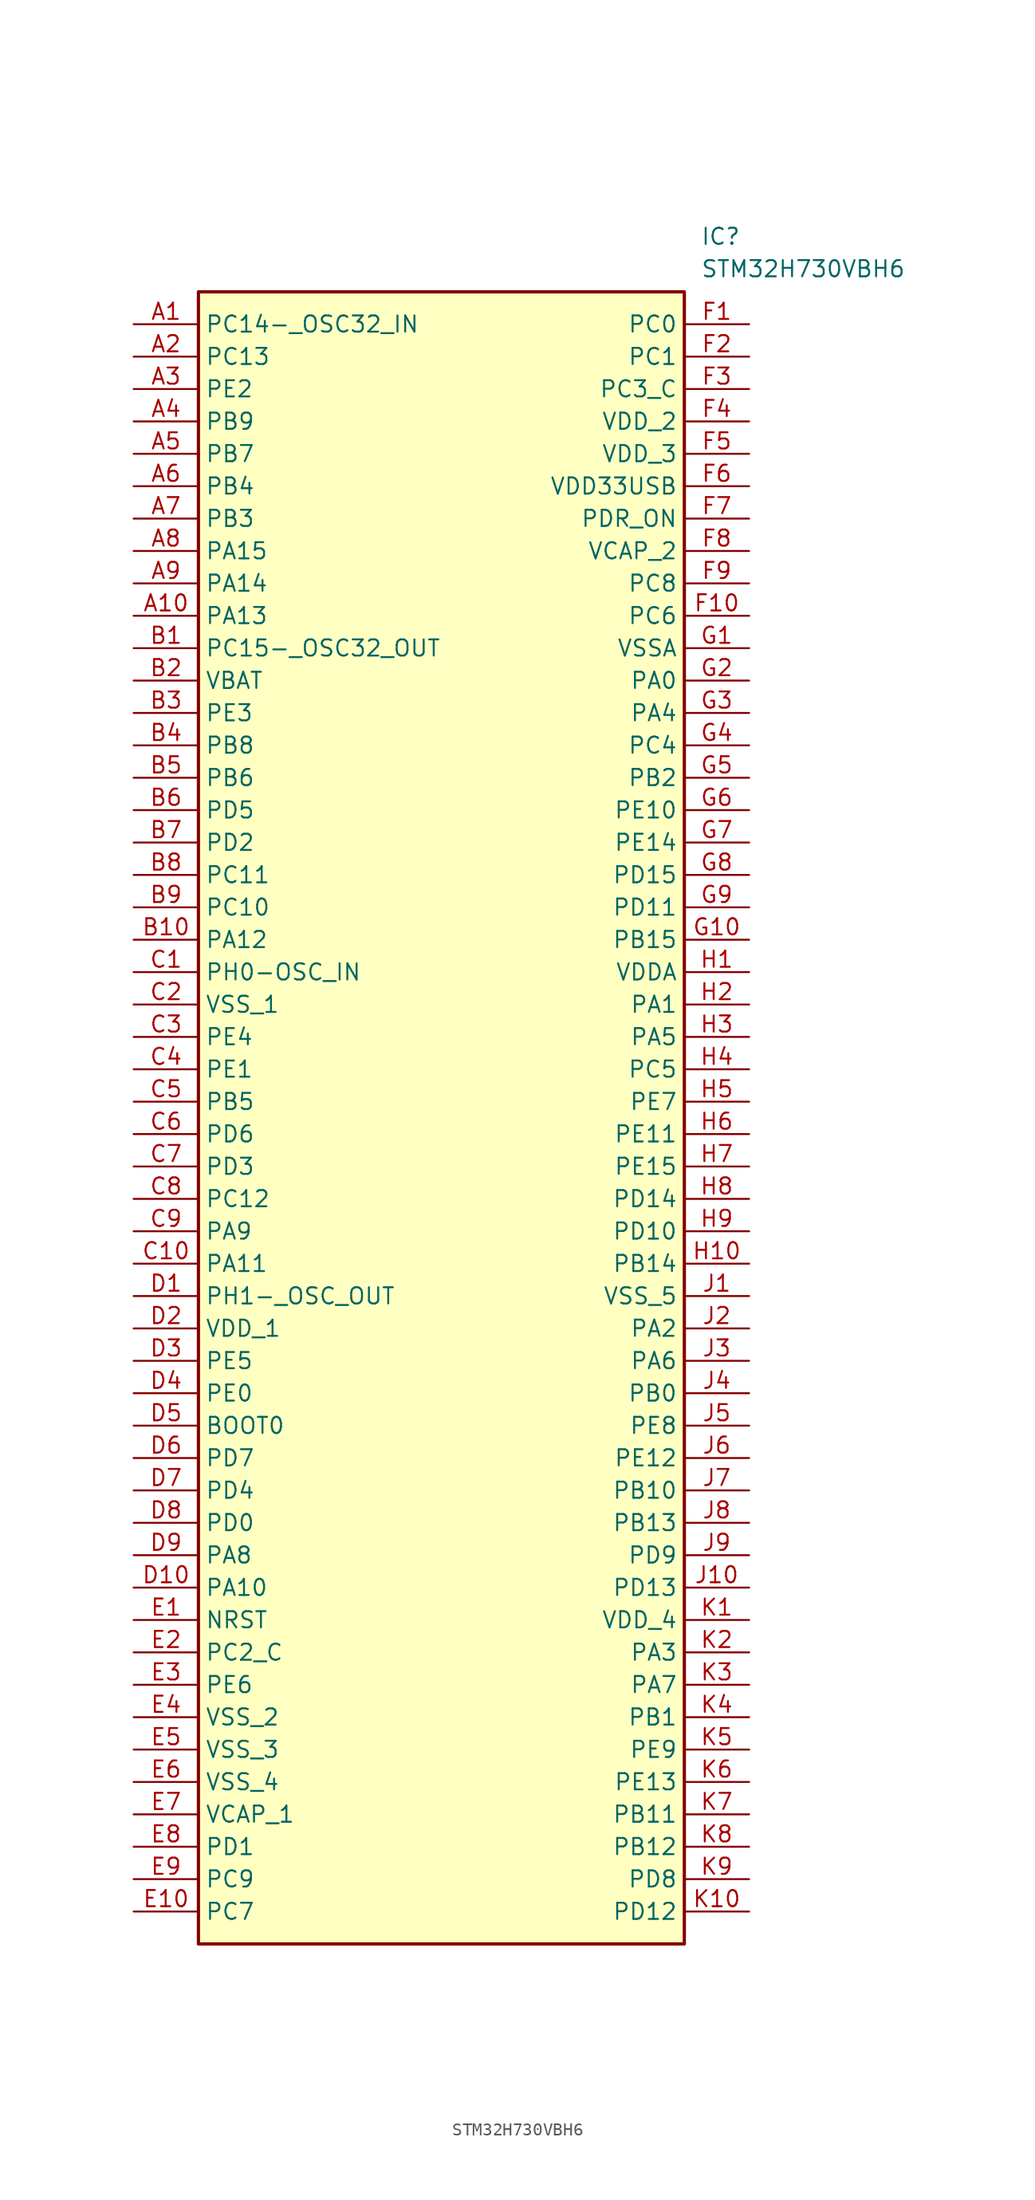
<source format=kicad_sym>
(kicad_symbol_lib
  (version 20211014)
  (generator SamacSys_ECAD_Model)
  (symbol "STM32H730VBH6"
    (property "Reference" "IC"
      (at 44.45 7.62 0)
      (effects (font (size 1.27 1.27)) (justify left top)))
    (property "Value" "STM32H730VBH6"
      (at 44.45 5.08 0)
      (effects (font (size 1.27 1.27)) (justify left top)))
    (rectangle
      (start 5.08 2.54)
      (end 43.18 -127)
      (stroke (width 0.254) (type default))
      (fill (type background)))
    (pin passive line
      (at 0 0 0)
      (length 5.08)
      (name "PC14-_OSC32_IN" (effects (font (size 1.27 1.27))))
      (number "A1" (effects (font (size 1.27 1.27)))))
    (pin passive line
      (at 0 -2.54 0)
      (length 5.08)
      (name "PC13" (effects (font (size 1.27 1.27))))
      (number "A2" (effects (font (size 1.27 1.27)))))
    (pin passive line
      (at 0 -5.08 0)
      (length 5.08)
      (name "PE2" (effects (font (size 1.27 1.27))))
      (number "A3" (effects (font (size 1.27 1.27)))))
    (pin passive line
      (at 0 -7.62 0)
      (length 5.08)
      (name "PB9" (effects (font (size 1.27 1.27))))
      (number "A4" (effects (font (size 1.27 1.27)))))
    (pin passive line
      (at 0 -10.16 0)
      (length 5.08)
      (name "PB7" (effects (font (size 1.27 1.27))))
      (number "A5" (effects (font (size 1.27 1.27)))))
    (pin passive line
      (at 0 -12.7 0)
      (length 5.08)
      (name "PB4" (effects (font (size 1.27 1.27))))
      (number "A6" (effects (font (size 1.27 1.27)))))
    (pin passive line
      (at 0 -15.24 0)
      (length 5.08)
      (name "PB3" (effects (font (size 1.27 1.27))))
      (number "A7" (effects (font (size 1.27 1.27)))))
    (pin passive line
      (at 0 -17.78 0)
      (length 5.08)
      (name "PA15" (effects (font (size 1.27 1.27))))
      (number "A8" (effects (font (size 1.27 1.27)))))
    (pin passive line
      (at 0 -20.32 0)
      (length 5.08)
      (name "PA14" (effects (font (size 1.27 1.27))))
      (number "A9" (effects (font (size 1.27 1.27)))))
    (pin passive line
      (at 0 -22.86 0)
      (length 5.08)
      (name "PA13" (effects (font (size 1.27 1.27))))
      (number "A10" (effects (font (size 1.27 1.27)))))
    (pin passive line
      (at 0 -25.4 0)
      (length 5.08)
      (name "PC15-_OSC32_OUT" (effects (font (size 1.27 1.27))))
      (number "B1" (effects (font (size 1.27 1.27)))))
    (pin passive line
      (at 0 -27.94 0)
      (length 5.08)
      (name "VBAT" (effects (font (size 1.27 1.27))))
      (number "B2" (effects (font (size 1.27 1.27)))))
    (pin passive line
      (at 0 -30.48 0)
      (length 5.08)
      (name "PE3" (effects (font (size 1.27 1.27))))
      (number "B3" (effects (font (size 1.27 1.27)))))
    (pin passive line
      (at 0 -33.02 0)
      (length 5.08)
      (name "PB8" (effects (font (size 1.27 1.27))))
      (number "B4" (effects (font (size 1.27 1.27)))))
    (pin passive line
      (at 0 -35.56 0)
      (length 5.08)
      (name "PB6" (effects (font (size 1.27 1.27))))
      (number "B5" (effects (font (size 1.27 1.27)))))
    (pin passive line
      (at 0 -38.1 0)
      (length 5.08)
      (name "PD5" (effects (font (size 1.27 1.27))))
      (number "B6" (effects (font (size 1.27 1.27)))))
    (pin passive line
      (at 0 -40.64 0)
      (length 5.08)
      (name "PD2" (effects (font (size 1.27 1.27))))
      (number "B7" (effects (font (size 1.27 1.27)))))
    (pin passive line
      (at 0 -43.18 0)
      (length 5.08)
      (name "PC11" (effects (font (size 1.27 1.27))))
      (number "B8" (effects (font (size 1.27 1.27)))))
    (pin passive line
      (at 0 -45.72 0)
      (length 5.08)
      (name "PC10" (effects (font (size 1.27 1.27))))
      (number "B9" (effects (font (size 1.27 1.27)))))
    (pin passive line
      (at 0 -48.26 0)
      (length 5.08)
      (name "PA12" (effects (font (size 1.27 1.27))))
      (number "B10" (effects (font (size 1.27 1.27)))))
    (pin passive line
      (at 0 -50.8 0)
      (length 5.08)
      (name "PH0-OSC_IN" (effects (font (size 1.27 1.27))))
      (number "C1" (effects (font (size 1.27 1.27)))))
    (pin passive line
      (at 0 -53.34 0)
      (length 5.08)
      (name "VSS_1" (effects (font (size 1.27 1.27))))
      (number "C2" (effects (font (size 1.27 1.27)))))
    (pin passive line
      (at 0 -55.88 0)
      (length 5.08)
      (name "PE4" (effects (font (size 1.27 1.27))))
      (number "C3" (effects (font (size 1.27 1.27)))))
    (pin passive line
      (at 0 -58.42 0)
      (length 5.08)
      (name "PE1" (effects (font (size 1.27 1.27))))
      (number "C4" (effects (font (size 1.27 1.27)))))
    (pin passive line
      (at 0 -60.96 0)
      (length 5.08)
      (name "PB5" (effects (font (size 1.27 1.27))))
      (number "C5" (effects (font (size 1.27 1.27)))))
    (pin passive line
      (at 0 -63.5 0)
      (length 5.08)
      (name "PD6" (effects (font (size 1.27 1.27))))
      (number "C6" (effects (font (size 1.27 1.27)))))
    (pin passive line
      (at 0 -66.04 0)
      (length 5.08)
      (name "PD3" (effects (font (size 1.27 1.27))))
      (number "C7" (effects (font (size 1.27 1.27)))))
    (pin passive line
      (at 0 -68.58 0)
      (length 5.08)
      (name "PC12" (effects (font (size 1.27 1.27))))
      (number "C8" (effects (font (size 1.27 1.27)))))
    (pin passive line
      (at 0 -71.12 0)
      (length 5.08)
      (name "PA9" (effects (font (size 1.27 1.27))))
      (number "C9" (effects (font (size 1.27 1.27)))))
    (pin passive line
      (at 0 -73.66 0)
      (length 5.08)
      (name "PA11" (effects (font (size 1.27 1.27))))
      (number "C10" (effects (font (size 1.27 1.27)))))
    (pin passive line
      (at 0 -76.2 0)
      (length 5.08)
      (name "PH1-_OSC_OUT" (effects (font (size 1.27 1.27))))
      (number "D1" (effects (font (size 1.27 1.27)))))
    (pin passive line
      (at 0 -78.74 0)
      (length 5.08)
      (name "VDD_1" (effects (font (size 1.27 1.27))))
      (number "D2" (effects (font (size 1.27 1.27)))))
    (pin passive line
      (at 0 -81.28 0)
      (length 5.08)
      (name "PE5" (effects (font (size 1.27 1.27))))
      (number "D3" (effects (font (size 1.27 1.27)))))
    (pin passive line
      (at 0 -83.82 0)
      (length 5.08)
      (name "PE0" (effects (font (size 1.27 1.27))))
      (number "D4" (effects (font (size 1.27 1.27)))))
    (pin passive line
      (at 0 -86.36 0)
      (length 5.08)
      (name "BOOT0" (effects (font (size 1.27 1.27))))
      (number "D5" (effects (font (size 1.27 1.27)))))
    (pin passive line
      (at 0 -88.9 0)
      (length 5.08)
      (name "PD7" (effects (font (size 1.27 1.27))))
      (number "D6" (effects (font (size 1.27 1.27)))))
    (pin passive line
      (at 0 -91.44 0)
      (length 5.08)
      (name "PD4" (effects (font (size 1.27 1.27))))
      (number "D7" (effects (font (size 1.27 1.27)))))
    (pin passive line
      (at 0 -93.98 0)
      (length 5.08)
      (name "PD0" (effects (font (size 1.27 1.27))))
      (number "D8" (effects (font (size 1.27 1.27)))))
    (pin passive line
      (at 0 -96.52 0)
      (length 5.08)
      (name "PA8" (effects (font (size 1.27 1.27))))
      (number "D9" (effects (font (size 1.27 1.27)))))
    (pin passive line
      (at 0 -99.06 0)
      (length 5.08)
      (name "PA10" (effects (font (size 1.27 1.27))))
      (number "D10" (effects (font (size 1.27 1.27)))))
    (pin passive line
      (at 0 -101.6 0)
      (length 5.08)
      (name "NRST" (effects (font (size 1.27 1.27))))
      (number "E1" (effects (font (size 1.27 1.27)))))
    (pin passive line
      (at 0 -104.14 0)
      (length 5.08)
      (name "PC2_C" (effects (font (size 1.27 1.27))))
      (number "E2" (effects (font (size 1.27 1.27)))))
    (pin passive line
      (at 0 -106.68 0)
      (length 5.08)
      (name "PE6" (effects (font (size 1.27 1.27))))
      (number "E3" (effects (font (size 1.27 1.27)))))
    (pin passive line
      (at 0 -109.22 0)
      (length 5.08)
      (name "VSS_2" (effects (font (size 1.27 1.27))))
      (number "E4" (effects (font (size 1.27 1.27)))))
    (pin passive line
      (at 0 -111.76 0)
      (length 5.08)
      (name "VSS_3" (effects (font (size 1.27 1.27))))
      (number "E5" (effects (font (size 1.27 1.27)))))
    (pin passive line
      (at 0 -114.3 0)
      (length 5.08)
      (name "VSS_4" (effects (font (size 1.27 1.27))))
      (number "E6" (effects (font (size 1.27 1.27)))))
    (pin passive line
      (at 0 -116.84 0)
      (length 5.08)
      (name "VCAP_1" (effects (font (size 1.27 1.27))))
      (number "E7" (effects (font (size 1.27 1.27)))))
    (pin passive line
      (at 0 -119.38 0)
      (length 5.08)
      (name "PD1" (effects (font (size 1.27 1.27))))
      (number "E8" (effects (font (size 1.27 1.27)))))
    (pin passive line
      (at 0 -121.92 0)
      (length 5.08)
      (name "PC9" (effects (font (size 1.27 1.27))))
      (number "E9" (effects (font (size 1.27 1.27)))))
    (pin passive line
      (at 0 -124.46 0)
      (length 5.08)
      (name "PC7" (effects (font (size 1.27 1.27))))
      (number "E10" (effects (font (size 1.27 1.27)))))
    (pin passive line
      (at 48.26 0 180)
      (length 5.08)
      (name "PC0" (effects (font (size 1.27 1.27))))
      (number "F1" (effects (font (size 1.27 1.27)))))
    (pin passive line
      (at 48.26 -2.54 180)
      (length 5.08)
      (name "PC1" (effects (font (size 1.27 1.27))))
      (number "F2" (effects (font (size 1.27 1.27)))))
    (pin passive line
      (at 48.26 -5.08 180)
      (length 5.08)
      (name "PC3_C" (effects (font (size 1.27 1.27))))
      (number "F3" (effects (font (size 1.27 1.27)))))
    (pin passive line
      (at 48.26 -7.62 180)
      (length 5.08)
      (name "VDD_2" (effects (font (size 1.27 1.27))))
      (number "F4" (effects (font (size 1.27 1.27)))))
    (pin passive line
      (at 48.26 -10.16 180)
      (length 5.08)
      (name "VDD_3" (effects (font (size 1.27 1.27))))
      (number "F5" (effects (font (size 1.27 1.27)))))
    (pin passive line
      (at 48.26 -12.7 180)
      (length 5.08)
      (name "VDD33USB" (effects (font (size 1.27 1.27))))
      (number "F6" (effects (font (size 1.27 1.27)))))
    (pin passive line
      (at 48.26 -15.24 180)
      (length 5.08)
      (name "PDR_ON" (effects (font (size 1.27 1.27))))
      (number "F7" (effects (font (size 1.27 1.27)))))
    (pin passive line
      (at 48.26 -17.78 180)
      (length 5.08)
      (name "VCAP_2" (effects (font (size 1.27 1.27))))
      (number "F8" (effects (font (size 1.27 1.27)))))
    (pin passive line
      (at 48.26 -20.32 180)
      (length 5.08)
      (name "PC8" (effects (font (size 1.27 1.27))))
      (number "F9" (effects (font (size 1.27 1.27)))))
    (pin passive line
      (at 48.26 -22.86 180)
      (length 5.08)
      (name "PC6" (effects (font (size 1.27 1.27))))
      (number "F10" (effects (font (size 1.27 1.27)))))
    (pin passive line
      (at 48.26 -25.4 180)
      (length 5.08)
      (name "VSSA" (effects (font (size 1.27 1.27))))
      (number "G1" (effects (font (size 1.27 1.27)))))
    (pin passive line
      (at 48.26 -27.94 180)
      (length 5.08)
      (name "PA0" (effects (font (size 1.27 1.27))))
      (number "G2" (effects (font (size 1.27 1.27)))))
    (pin passive line
      (at 48.26 -30.48 180)
      (length 5.08)
      (name "PA4" (effects (font (size 1.27 1.27))))
      (number "G3" (effects (font (size 1.27 1.27)))))
    (pin passive line
      (at 48.26 -33.02 180)
      (length 5.08)
      (name "PC4" (effects (font (size 1.27 1.27))))
      (number "G4" (effects (font (size 1.27 1.27)))))
    (pin passive line
      (at 48.26 -35.56 180)
      (length 5.08)
      (name "PB2" (effects (font (size 1.27 1.27))))
      (number "G5" (effects (font (size 1.27 1.27)))))
    (pin passive line
      (at 48.26 -38.1 180)
      (length 5.08)
      (name "PE10" (effects (font (size 1.27 1.27))))
      (number "G6" (effects (font (size 1.27 1.27)))))
    (pin passive line
      (at 48.26 -40.64 180)
      (length 5.08)
      (name "PE14" (effects (font (size 1.27 1.27))))
      (number "G7" (effects (font (size 1.27 1.27)))))
    (pin passive line
      (at 48.26 -43.18 180)
      (length 5.08)
      (name "PD15" (effects (font (size 1.27 1.27))))
      (number "G8" (effects (font (size 1.27 1.27)))))
    (pin passive line
      (at 48.26 -45.72 180)
      (length 5.08)
      (name "PD11" (effects (font (size 1.27 1.27))))
      (number "G9" (effects (font (size 1.27 1.27)))))
    (pin passive line
      (at 48.26 -48.26 180)
      (length 5.08)
      (name "PB15" (effects (font (size 1.27 1.27))))
      (number "G10" (effects (font (size 1.27 1.27)))))
    (pin passive line
      (at 48.26 -50.8 180)
      (length 5.08)
      (name "VDDA" (effects (font (size 1.27 1.27))))
      (number "H1" (effects (font (size 1.27 1.27)))))
    (pin passive line
      (at 48.26 -53.34 180)
      (length 5.08)
      (name "PA1" (effects (font (size 1.27 1.27))))
      (number "H2" (effects (font (size 1.27 1.27)))))
    (pin passive line
      (at 48.26 -55.88 180)
      (length 5.08)
      (name "PA5" (effects (font (size 1.27 1.27))))
      (number "H3" (effects (font (size 1.27 1.27)))))
    (pin passive line
      (at 48.26 -58.42 180)
      (length 5.08)
      (name "PC5" (effects (font (size 1.27 1.27))))
      (number "H4" (effects (font (size 1.27 1.27)))))
    (pin passive line
      (at 48.26 -60.96 180)
      (length 5.08)
      (name "PE7" (effects (font (size 1.27 1.27))))
      (number "H5" (effects (font (size 1.27 1.27)))))
    (pin passive line
      (at 48.26 -63.5 180)
      (length 5.08)
      (name "PE11" (effects (font (size 1.27 1.27))))
      (number "H6" (effects (font (size 1.27 1.27)))))
    (pin passive line
      (at 48.26 -66.04 180)
      (length 5.08)
      (name "PE15" (effects (font (size 1.27 1.27))))
      (number "H7" (effects (font (size 1.27 1.27)))))
    (pin passive line
      (at 48.26 -68.58 180)
      (length 5.08)
      (name "PD14" (effects (font (size 1.27 1.27))))
      (number "H8" (effects (font (size 1.27 1.27)))))
    (pin passive line
      (at 48.26 -71.12 180)
      (length 5.08)
      (name "PD10" (effects (font (size 1.27 1.27))))
      (number "H9" (effects (font (size 1.27 1.27)))))
    (pin passive line
      (at 48.26 -73.66 180)
      (length 5.08)
      (name "PB14" (effects (font (size 1.27 1.27))))
      (number "H10" (effects (font (size 1.27 1.27)))))
    (pin passive line
      (at 48.26 -76.2 180)
      (length 5.08)
      (name "VSS_5" (effects (font (size 1.27 1.27))))
      (number "J1" (effects (font (size 1.27 1.27)))))
    (pin passive line
      (at 48.26 -78.74 180)
      (length 5.08)
      (name "PA2" (effects (font (size 1.27 1.27))))
      (number "J2" (effects (font (size 1.27 1.27)))))
    (pin passive line
      (at 48.26 -81.28 180)
      (length 5.08)
      (name "PA6" (effects (font (size 1.27 1.27))))
      (number "J3" (effects (font (size 1.27 1.27)))))
    (pin passive line
      (at 48.26 -83.82 180)
      (length 5.08)
      (name "PB0" (effects (font (size 1.27 1.27))))
      (number "J4" (effects (font (size 1.27 1.27)))))
    (pin passive line
      (at 48.26 -86.36 180)
      (length 5.08)
      (name "PE8" (effects (font (size 1.27 1.27))))
      (number "J5" (effects (font (size 1.27 1.27)))))
    (pin passive line
      (at 48.26 -88.9 180)
      (length 5.08)
      (name "PE12" (effects (font (size 1.27 1.27))))
      (number "J6" (effects (font (size 1.27 1.27)))))
    (pin passive line
      (at 48.26 -91.44 180)
      (length 5.08)
      (name "PB10" (effects (font (size 1.27 1.27))))
      (number "J7" (effects (font (size 1.27 1.27)))))
    (pin passive line
      (at 48.26 -93.98 180)
      (length 5.08)
      (name "PB13" (effects (font (size 1.27 1.27))))
      (number "J8" (effects (font (size 1.27 1.27)))))
    (pin passive line
      (at 48.26 -96.52 180)
      (length 5.08)
      (name "PD9" (effects (font (size 1.27 1.27))))
      (number "J9" (effects (font (size 1.27 1.27)))))
    (pin passive line
      (at 48.26 -99.06 180)
      (length 5.08)
      (name "PD13" (effects (font (size 1.27 1.27))))
      (number "J10" (effects (font (size 1.27 1.27)))))
    (pin passive line
      (at 48.26 -101.6 180)
      (length 5.08)
      (name "VDD_4" (effects (font (size 1.27 1.27))))
      (number "K1" (effects (font (size 1.27 1.27)))))
    (pin passive line
      (at 48.26 -104.14 180)
      (length 5.08)
      (name "PA3" (effects (font (size 1.27 1.27))))
      (number "K2" (effects (font (size 1.27 1.27)))))
    (pin passive line
      (at 48.26 -106.68 180)
      (length 5.08)
      (name "PA7" (effects (font (size 1.27 1.27))))
      (number "K3" (effects (font (size 1.27 1.27)))))
    (pin passive line
      (at 48.26 -109.22 180)
      (length 5.08)
      (name "PB1" (effects (font (size 1.27 1.27))))
      (number "K4" (effects (font (size 1.27 1.27)))))
    (pin passive line
      (at 48.26 -111.76 180)
      (length 5.08)
      (name "PE9" (effects (font (size 1.27 1.27))))
      (number "K5" (effects (font (size 1.27 1.27)))))
    (pin passive line
      (at 48.26 -114.3 180)
      (length 5.08)
      (name "PE13" (effects (font (size 1.27 1.27))))
      (number "K6" (effects (font (size 1.27 1.27)))))
    (pin passive line
      (at 48.26 -116.84 180)
      (length 5.08)
      (name "PB11" (effects (font (size 1.27 1.27))))
      (number "K7" (effects (font (size 1.27 1.27)))))
    (pin passive line
      (at 48.26 -119.38 180)
      (length 5.08)
      (name "PB12" (effects (font (size 1.27 1.27))))
      (number "K8" (effects (font (size 1.27 1.27)))))
    (pin passive line
      (at 48.26 -121.92 180)
      (length 5.08)
      (name "PD8" (effects (font (size 1.27 1.27))))
      (number "K9" (effects (font (size 1.27 1.27)))))
    (pin passive line
      (at 48.26 -124.46 180)
      (length 5.08)
      (name "PD12" (effects (font (size 1.27 1.27))))
      (number "K10" (effects (font (size 1.27 1.27)))))))
</source>
